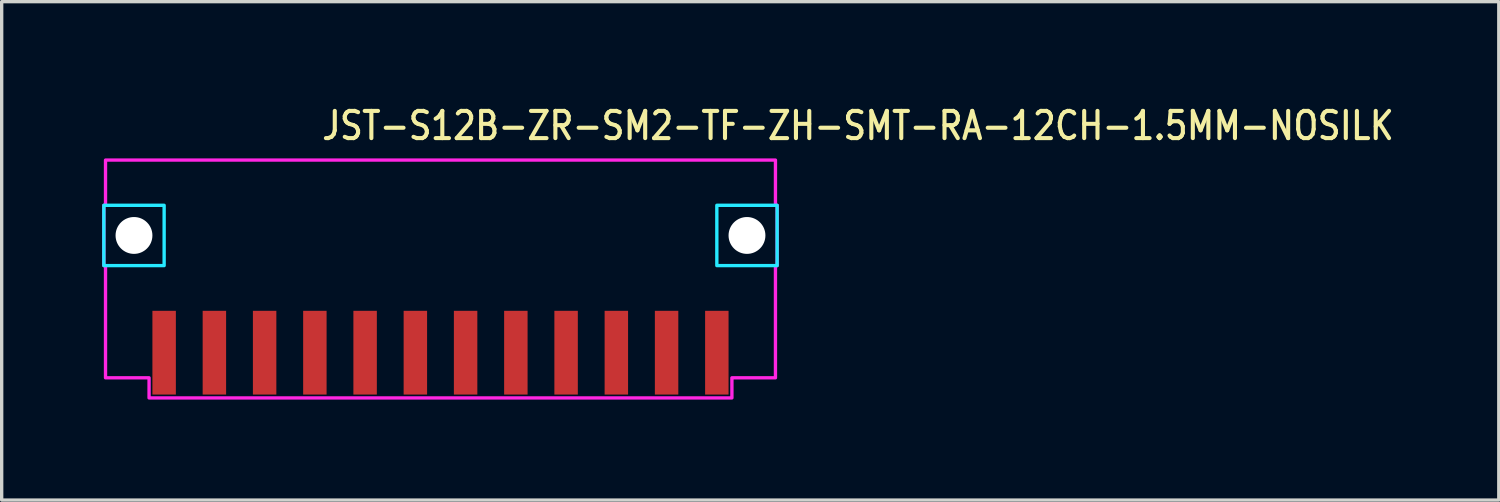
<source format=kicad_pcb>
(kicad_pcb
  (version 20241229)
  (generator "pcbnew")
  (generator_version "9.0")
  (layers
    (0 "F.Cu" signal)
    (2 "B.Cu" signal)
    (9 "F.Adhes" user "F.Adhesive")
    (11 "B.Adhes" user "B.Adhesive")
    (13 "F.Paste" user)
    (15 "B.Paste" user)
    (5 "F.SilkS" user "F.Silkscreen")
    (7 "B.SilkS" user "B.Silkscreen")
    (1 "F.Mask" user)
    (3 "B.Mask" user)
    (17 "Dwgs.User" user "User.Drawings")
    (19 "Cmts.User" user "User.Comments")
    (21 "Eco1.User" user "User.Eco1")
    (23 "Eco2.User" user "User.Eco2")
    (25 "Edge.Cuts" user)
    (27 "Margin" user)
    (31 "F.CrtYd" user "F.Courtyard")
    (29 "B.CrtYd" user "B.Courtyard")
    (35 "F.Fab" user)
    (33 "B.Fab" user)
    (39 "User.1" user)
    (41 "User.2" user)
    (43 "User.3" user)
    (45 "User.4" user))
  (footprint "JST-S12B-ZR-SM2-TF-ZH-SMT-RA-12CH-1.5MM-NOSILK"
    (layer "F.Cu")
    (at 10.1 3.979)
    (property "Reference" "JST-S12B-ZR-SM2-TF-ZH-SMT-RA-12CH-1.5MM-NOSILK" (at -3.6 -2.8 0) (unlocked yes) (layer "F.SilkS") (effects (font (size 0.813 0.695) (thickness 0.122)) (justify left bottom)))
    (fp_poly (pts (xy -10.05 -0.9) (xy -10.05 0.9) (xy -8.25 0.9) (xy -8.25 -0.9)) (stroke (width 0.1) (type solid)) (fill no) (layer "B.CrtYd"))
    (fp_poly (pts (xy 10.05 -0.9) (xy 10.05 0.9) (xy 8.25 0.9) (xy 8.25 -0.9)) (stroke (width 0.1) (type solid)) (fill no) (layer "B.CrtYd"))
    (fp_poly (pts (xy -10 -2.25) (xy -10 -0.9) (xy -10.05 -0.9) (xy -10.05 0.9) (xy -10 0.9) (xy -10 4.25) (xy -8.7 4.25) (xy -8.7 4.85) (xy 8.7 4.85) (xy 8.7 4.25) (xy 10 4.25) (xy 10 0.9) (xy 10.05 0.9) (xy 10.05 -0.9) (xy 10 -0.9) (xy 10 -2.25)) (stroke (width 0.1) (type solid)) (fill no) (layer "F.CrtYd"))
    (pad "" np_thru_hole circle (at -9.15 0) (size 1.1 1.1) (drill 1.1) (layers "*.Cu" "*.Mask"))
    (pad "" np_thru_hole circle (at 9.15 0) (size 1.1 1.1) (drill 1.1) (layers "*.Cu" "*.Mask"))
    (pad "1" smd rect (at 8.25 3.5) (size 0.7 2.5) (layers "F.Cu" "F.Mask" "F.Paste"))
    (pad "2" smd rect (at 6.75 3.5) (size 0.7 2.5) (layers "F.Cu" "F.Mask" "F.Paste"))
    (pad "3" smd rect (at 5.25 3.5) (size 0.7 2.5) (layers "F.Cu" "F.Mask" "F.Paste"))
    (pad "4" smd rect (at 3.75 3.5) (size 0.7 2.5) (layers "F.Cu" "F.Mask" "F.Paste"))
    (pad "5" smd rect (at 2.25 3.5) (size 0.7 2.5) (layers "F.Cu" "F.Mask" "F.Paste"))
    (pad "6" smd rect (at 0.75 3.5) (size 0.7 2.5) (layers "F.Cu" "F.Mask" "F.Paste"))
    (pad "7" smd rect (at -0.75 3.5) (size 0.7 2.5) (layers "F.Cu" "F.Mask" "F.Paste"))
    (pad "8" smd rect (at -2.25 3.5) (size 0.7 2.5) (layers "F.Cu" "F.Mask" "F.Paste"))
    (pad "9" smd rect (at -3.75 3.5) (size 0.7 2.5) (layers "F.Cu" "F.Mask" "F.Paste"))
    (pad "10" smd rect (at -5.25 3.5) (size 0.7 2.5) (layers "F.Cu" "F.Mask" "F.Paste"))
    (pad "11" smd rect (at -6.75 3.5) (size 0.7 2.5) (layers "F.Cu" "F.Mask" "F.Paste"))
    (pad "12" smd rect (at -8.25 3.5) (size 0.7 2.5) (layers "F.Cu" "F.Mask" "F.Paste")))
  (gr_rect
    (start -3 -3)
    (end 41.694 11.879)
    (stroke (width 0.1) (type default))
    (fill no)
    (layer "Edge.Cuts")))
</source>
